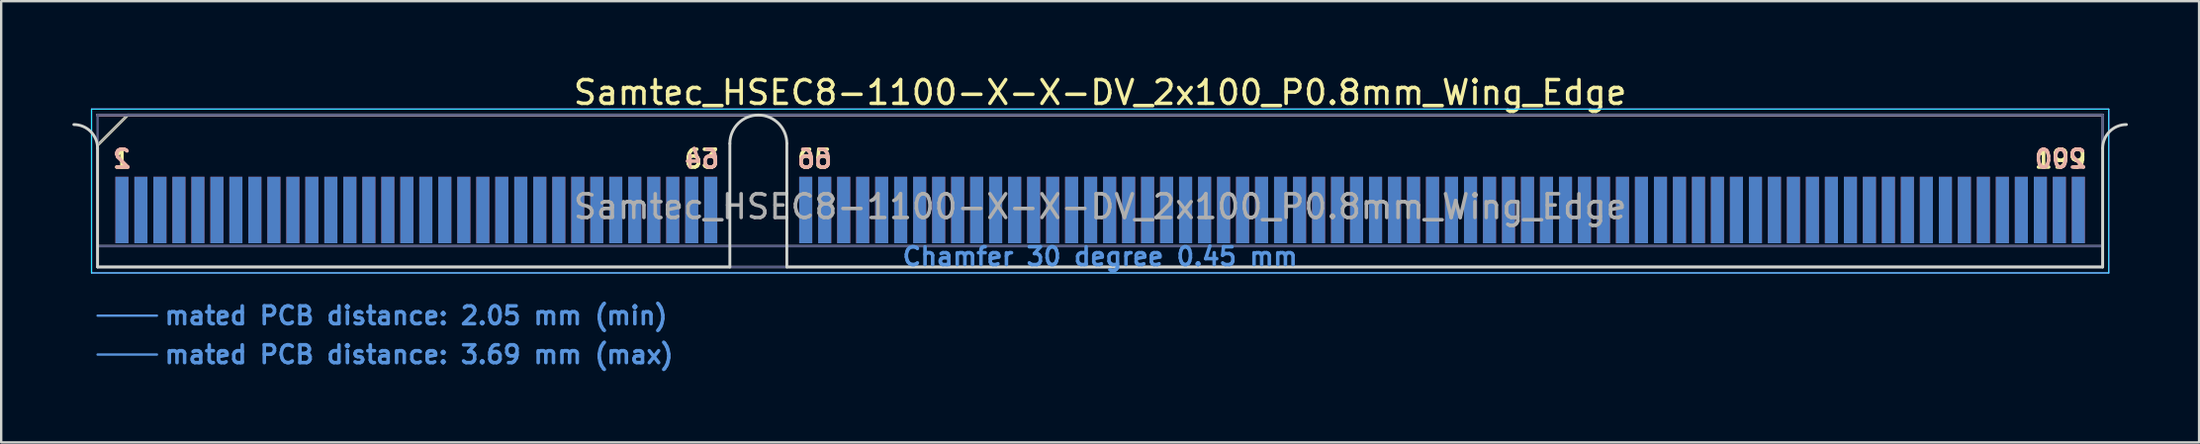
<source format=kicad_pcb>
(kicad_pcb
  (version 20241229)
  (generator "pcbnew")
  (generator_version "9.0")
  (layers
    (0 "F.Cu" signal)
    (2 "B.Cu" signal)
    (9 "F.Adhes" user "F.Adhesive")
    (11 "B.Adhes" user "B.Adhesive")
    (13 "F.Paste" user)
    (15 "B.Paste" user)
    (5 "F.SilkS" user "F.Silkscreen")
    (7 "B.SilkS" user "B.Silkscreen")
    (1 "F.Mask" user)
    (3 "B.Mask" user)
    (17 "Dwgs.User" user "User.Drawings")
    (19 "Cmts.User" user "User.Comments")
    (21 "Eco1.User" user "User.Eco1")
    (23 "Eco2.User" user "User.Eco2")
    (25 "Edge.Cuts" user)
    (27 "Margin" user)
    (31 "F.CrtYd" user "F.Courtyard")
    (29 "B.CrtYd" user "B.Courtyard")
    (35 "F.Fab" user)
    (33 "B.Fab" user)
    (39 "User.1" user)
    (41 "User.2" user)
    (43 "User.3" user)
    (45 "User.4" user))
  (footprint "Samtec_HSEC8-1100-X-X-DV_2x100_P0.8mm_Wing_Edge"
    (layer "F.Cu")
    (at 43.285 8.198)
    (property "Reference" "Samtec_HSEC8-1100-X-X-DV_2x100_P0.8mm_Wing_Edge" (at 0 -7.35 0) (layer "F.SilkS") (effects (font (size 1 1) (thickness 0.15))))
    (attr exclude_from_pos_files exclude_from_bom)
    (fp_line (start -42.225 -5.13) (end -40.955 -6.4) (stroke (width 0.12) (type solid)) (layer "F.SilkS"))
    (fp_line (start -40.955 -6.4) (end 42.225 -6.4) (stroke (width 0.12) (type solid)) (layer "F.SilkS"))
    (fp_line (start -42.225 -6.4) (end -42.225 -6.4) (stroke (width 0.12) (type solid)) (layer "B.SilkS"))
    (fp_line (start -42.225 -6.4) (end 42.225 -6.4) (stroke (width 0.12) (type solid)) (layer "B.SilkS"))
    (fp_line (start -42.225 2.05) (end -39.725 2.05) (stroke (width 0.1) (type solid)) (layer "Cmts.User"))
    (fp_line (start -42.225 3.69) (end -39.725 3.69) (stroke (width 0.1) (type solid)) (layer "Cmts.User"))
    (fp_line (start -42.225 -5) (end -42.225 0) (stroke (width 0.12) (type solid)) (layer "Edge.Cuts"))
    (fp_line (start -42.225 0) (end -15.595 0) (stroke (width 0.12) (type solid)) (layer "Edge.Cuts"))
    (fp_line (start -15.595 0) (end -15.595 -5.2) (stroke (width 0.12) (type solid)) (layer "Edge.Cuts"))
    (fp_line (start -13.195 -5.2) (end -13.195 0) (stroke (width 0.12) (type solid)) (layer "Edge.Cuts"))
    (fp_line (start -13.195 0) (end 42.225 0) (stroke (width 0.12) (type solid)) (layer "Edge.Cuts"))
    (fp_line (start 42.225 0) (end 42.225 -5) (stroke (width 0.12) (type solid)) (layer "Edge.Cuts"))
    (fp_arc (start -43.225 -6) (mid -42.517893 -5.707107) (end -42.225 -5) (stroke (width 0.12) (type solid)) (layer "Edge.Cuts"))
    (fp_arc (start -15.595 -5.2) (mid -14.395 -6.4) (end -13.195 -5.2) (stroke (width 0.12) (type solid)) (layer "Edge.Cuts"))
    (fp_arc (start 42.225 -5) (mid 42.517893 -5.707107) (end 43.225 -6) (stroke (width 0.12) (type solid)) (layer "Edge.Cuts"))
    (fp_line (start -42.48 -6.65) (end -42.48 0.25) (stroke (width 0.05) (type solid)) (layer "B.CrtYd"))
    (fp_line (start -42.48 0.25) (end 42.48 0.25) (stroke (width 0.05) (type solid)) (layer "B.CrtYd"))
    (fp_line (start 42.48 -6.65) (end -42.48 -6.65) (stroke (width 0.05) (type solid)) (layer "B.CrtYd"))
    (fp_line (start 42.48 0.25) (end 42.48 -6.65) (stroke (width 0.05) (type solid)) (layer "B.CrtYd"))
    (fp_line (start -42.48 -6.65) (end -42.48 0.25) (stroke (width 0.05) (type solid)) (layer "F.CrtYd"))
    (fp_line (start -42.48 0.25) (end 42.48 0.25) (stroke (width 0.05) (type solid)) (layer "F.CrtYd"))
    (fp_line (start 42.48 -6.65) (end -42.48 -6.65) (stroke (width 0.05) (type solid)) (layer "F.CrtYd"))
    (fp_line (start 42.48 0.25) (end 42.48 -6.65) (stroke (width 0.05) (type solid)) (layer "F.CrtYd"))
    (fp_line (start -42.225 -6.4) (end -42.225 -6.4) (stroke (width 0.1) (type solid)) (layer "B.Fab"))
    (fp_line (start -42.225 -6.4) (end -42.225 0) (stroke (width 0.1) (type solid)) (layer "B.Fab"))
    (fp_line (start -42.225 -6.4) (end 42.225 -6.4) (stroke (width 0.1) (type solid)) (layer "B.Fab"))
    (fp_line (start -42.225 -0.88) (end 42.225 -0.88) (stroke (width 0.1) (type solid)) (layer "B.Fab"))
    (fp_line (start -42.225 0) (end 42.225 0) (stroke (width 0.1) (type solid)) (layer "B.Fab"))
    (fp_line (start 42.225 -6.4) (end 42.225 0) (stroke (width 0.1) (type solid)) (layer "B.Fab"))
    (fp_line (start -42.225 -5.13) (end -42.225 0) (stroke (width 0.1) (type solid)) (layer "F.Fab"))
    (fp_line (start -42.225 -5.13) (end -40.955 -6.4) (stroke (width 0.1) (type solid)) (layer "F.Fab"))
    (fp_line (start -42.225 -0.88) (end 42.225 -0.88) (stroke (width 0.1) (type solid)) (layer "F.Fab"))
    (fp_line (start -42.225 0) (end 42.225 0) (stroke (width 0.1) (type solid)) (layer "F.Fab"))
    (fp_line (start -40.955 -6.4) (end 42.225 -6.4) (stroke (width 0.1) (type solid)) (layer "F.Fab"))
    (fp_line (start 42.225 -6.4) (end 42.225 0) (stroke (width 0.1) (type solid)) (layer "F.Fab"))
    (fp_text user "199" (at 40.45 -4.55 0) (layer "F.SilkS") (effects (font (size 0.75 0.75) (thickness 0.15))))
    (fp_text user "1" (at -41.2 -4.55 0) (layer "F.SilkS") (effects (font (size 0.75 0.75) (thickness 0.15))))
    (fp_text user "63" (at -16.775 -4.55 0) (layer "F.SilkS") (effects (font (size 0.75 0.75) (thickness 0.15))))
    (fp_text user "65" (at -12.025 -4.55 0) (layer "F.SilkS") (effects (font (size 0.75 0.75) (thickness 0.15))))
    (fp_text user "200" (at 40.45 -4.55 0) (layer "B.SilkS") (effects (font (size 0.75 0.75) (thickness 0.15)) (justify mirror)))
    (fp_text user "64" (at -16.775 -4.55 0) (layer "B.SilkS") (effects (font (size 0.75 0.75) (thickness 0.15)) (justify mirror)))
    (fp_text user "2" (at -41.2 -4.55 0) (layer "B.SilkS") (effects (font (size 0.75 0.75) (thickness 0.15)) (justify mirror)))
    (fp_text user "66" (at -12.025 -4.55 0) (layer "B.SilkS") (effects (font (size 0.75 0.75) (thickness 0.15)) (justify mirror)))
    (fp_text user "mated PCB distance: 3.69 mm (max)" (at -39.48 3.69 0) (layer "Cmts.User") (effects (font (size 0.75 0.75) (thickness 0.15)) (justify left)))
    (fp_text user "Chamfer 30 degree 0.45 mm" (at 0 -0.44 0) (layer "Cmts.User") (effects (font (size 0.75 0.75) (thickness 0.15))))
    (fp_text user "mated PCB distance: 2.05 mm (min)" (at -39.48 2.05 0) (layer "Cmts.User") (effects (font (size 0.75 0.75) (thickness 0.15)) (justify left)))
    (fp_text user "${REFERENCE}" (at 0 -2.54 0) (layer "F.Fab") (effects (font (size 1 1) (thickness 0.15))))
    (pad "1" connect rect (at -41.2 -2.4) (size 0.55 2.8) (layers "F.Cu" "F.Mask"))
    (pad "2" connect rect (at -41.2 -2.4) (size 0.55 2.8) (layers "B.Cu" "B.Mask"))
    (pad "3" connect rect (at -40.4 -2.4) (size 0.55 2.8) (layers "F.Cu" "F.Mask"))
    (pad "4" connect rect (at -40.4 -2.4) (size 0.55 2.8) (layers "B.Cu" "B.Mask"))
    (pad "5" connect rect (at -39.6 -2.4) (size 0.55 2.8) (layers "F.Cu" "F.Mask"))
    (pad "6" connect rect (at -39.6 -2.4) (size 0.55 2.8) (layers "B.Cu" "B.Mask"))
    (pad "7" connect rect (at -38.8 -2.4) (size 0.55 2.8) (layers "F.Cu" "F.Mask"))
    (pad "8" connect rect (at -38.8 -2.4) (size 0.55 2.8) (layers "B.Cu" "B.Mask"))
    (pad "9" connect rect (at -38 -2.4) (size 0.55 2.8) (layers "F.Cu" "F.Mask"))
    (pad "10" connect rect (at -38 -2.4) (size 0.55 2.8) (layers "B.Cu" "B.Mask"))
    (pad "11" connect rect (at -37.2 -2.4) (size 0.55 2.8) (layers "F.Cu" "F.Mask"))
    (pad "12" connect rect (at -37.2 -2.4) (size 0.55 2.8) (layers "B.Cu" "B.Mask"))
    (pad "13" connect rect (at -36.4 -2.4) (size 0.55 2.8) (layers "F.Cu" "F.Mask"))
    (pad "14" connect rect (at -36.4 -2.4) (size 0.55 2.8) (layers "B.Cu" "B.Mask"))
    (pad "15" connect rect (at -35.6 -2.4) (size 0.55 2.8) (layers "F.Cu" "F.Mask"))
    (pad "16" connect rect (at -35.6 -2.4) (size 0.55 2.8) (layers "B.Cu" "B.Mask"))
    (pad "17" connect rect (at -34.8 -2.4) (size 0.55 2.8) (layers "F.Cu" "F.Mask"))
    (pad "18" connect rect (at -34.8 -2.4) (size 0.55 2.8) (layers "B.Cu" "B.Mask"))
    (pad "19" connect rect (at -34 -2.4) (size 0.55 2.8) (layers "F.Cu" "F.Mask"))
    (pad "20" connect rect (at -34 -2.4) (size 0.55 2.8) (layers "B.Cu" "B.Mask"))
    (pad "21" connect rect (at -33.2 -2.4) (size 0.55 2.8) (layers "F.Cu" "F.Mask"))
    (pad "22" connect rect (at -33.2 -2.4) (size 0.55 2.8) (layers "B.Cu" "B.Mask"))
    (pad "23" connect rect (at -32.4 -2.4) (size 0.55 2.8) (layers "F.Cu" "F.Mask"))
    (pad "24" connect rect (at -32.4 -2.4) (size 0.55 2.8) (layers "B.Cu" "B.Mask"))
    (pad "25" connect rect (at -31.6 -2.4) (size 0.55 2.8) (layers "F.Cu" "F.Mask"))
    (pad "26" connect rect (at -31.6 -2.4) (size 0.55 2.8) (layers "B.Cu" "B.Mask"))
    (pad "27" connect rect (at -30.8 -2.4) (size 0.55 2.8) (layers "F.Cu" "F.Mask"))
    (pad "28" connect rect (at -30.8 -2.4) (size 0.55 2.8) (layers "B.Cu" "B.Mask"))
    (pad "29" connect rect (at -30 -2.4) (size 0.55 2.8) (layers "F.Cu" "F.Mask"))
    (pad "30" connect rect (at -30 -2.4) (size 0.55 2.8) (layers "B.Cu" "B.Mask"))
    (pad "31" connect rect (at -29.2 -2.4) (size 0.55 2.8) (layers "F.Cu" "F.Mask"))
    (pad "32" connect rect (at -29.2 -2.4) (size 0.55 2.8) (layers "B.Cu" "B.Mask"))
    (pad "33" connect rect (at -28.4 -2.4) (size 0.55 2.8) (layers "F.Cu" "F.Mask"))
    (pad "34" connect rect (at -28.4 -2.4) (size 0.55 2.8) (layers "B.Cu" "B.Mask"))
    (pad "35" connect rect (at -27.6 -2.4) (size 0.55 2.8) (layers "F.Cu" "F.Mask"))
    (pad "36" connect rect (at -27.6 -2.4) (size 0.55 2.8) (layers "B.Cu" "B.Mask"))
    (pad "37" connect rect (at -26.8 -2.4) (size 0.55 2.8) (layers "F.Cu" "F.Mask"))
    (pad "38" connect rect (at -26.8 -2.4) (size 0.55 2.8) (layers "B.Cu" "B.Mask"))
    (pad "39" connect rect (at -26 -2.4) (size 0.55 2.8) (layers "F.Cu" "F.Mask"))
    (pad "40" connect rect (at -26 -2.4) (size 0.55 2.8) (layers "B.Cu" "B.Mask"))
    (pad "41" connect rect (at -25.2 -2.4) (size 0.55 2.8) (layers "F.Cu" "F.Mask"))
    (pad "42" connect rect (at -25.2 -2.4) (size 0.55 2.8) (layers "B.Cu" "B.Mask"))
    (pad "43" connect rect (at -24.4 -2.4) (size 0.55 2.8) (layers "F.Cu" "F.Mask"))
    (pad "44" connect rect (at -24.4 -2.4) (size 0.55 2.8) (layers "B.Cu" "B.Mask"))
    (pad "45" connect rect (at -23.6 -2.4) (size 0.55 2.8) (layers "F.Cu" "F.Mask"))
    (pad "46" connect rect (at -23.6 -2.4) (size 0.55 2.8) (layers "B.Cu" "B.Mask"))
    (pad "47" connect rect (at -22.8 -2.4) (size 0.55 2.8) (layers "F.Cu" "F.Mask"))
    (pad "48" connect rect (at -22.8 -2.4) (size 0.55 2.8) (layers "B.Cu" "B.Mask"))
    (pad "49" connect rect (at -22 -2.4) (size 0.55 2.8) (layers "F.Cu" "F.Mask"))
    (pad "50" connect rect (at -22 -2.4) (size 0.55 2.8) (layers "B.Cu" "B.Mask"))
    (pad "51" connect rect (at -21.2 -2.4) (size 0.55 2.8) (layers "F.Cu" "F.Mask"))
    (pad "52" connect rect (at -21.2 -2.4) (size 0.55 2.8) (layers "B.Cu" "B.Mask"))
    (pad "53" connect rect (at -20.4 -2.4) (size 0.55 2.8) (layers "F.Cu" "F.Mask"))
    (pad "54" connect rect (at -20.4 -2.4) (size 0.55 2.8) (layers "B.Cu" "B.Mask"))
    (pad "55" connect rect (at -19.6 -2.4) (size 0.55 2.8) (layers "F.Cu" "F.Mask"))
    (pad "56" connect rect (at -19.6 -2.4) (size 0.55 2.8) (layers "B.Cu" "B.Mask"))
    (pad "57" connect rect (at -18.8 -2.4) (size 0.55 2.8) (layers "F.Cu" "F.Mask"))
    (pad "58" connect rect (at -18.8 -2.4) (size 0.55 2.8) (layers "B.Cu" "B.Mask"))
    (pad "59" connect rect (at -18 -2.4) (size 0.55 2.8) (layers "F.Cu" "F.Mask"))
    (pad "60" connect rect (at -18 -2.4) (size 0.55 2.8) (layers "B.Cu" "B.Mask"))
    (pad "61" connect rect (at -17.2 -2.4) (size 0.55 2.8) (layers "F.Cu" "F.Mask"))
    (pad "62" connect rect (at -17.2 -2.4) (size 0.55 2.8) (layers "B.Cu" "B.Mask"))
    (pad "63" connect rect (at -16.4 -2.4) (size 0.55 2.8) (layers "F.Cu" "F.Mask"))
    (pad "64" connect rect (at -16.4 -2.4) (size 0.55 2.8) (layers "B.Cu" "B.Mask"))
    (pad "65" connect rect (at -12.4 -2.4) (size 0.55 2.8) (layers "F.Cu" "F.Mask"))
    (pad "66" connect rect (at -12.4 -2.4) (size 0.55 2.8) (layers "B.Cu" "B.Mask"))
    (pad "67" connect rect (at -11.6 -2.4) (size 0.55 2.8) (layers "F.Cu" "F.Mask"))
    (pad "68" connect rect (at -11.6 -2.4) (size 0.55 2.8) (layers "B.Cu" "B.Mask"))
    (pad "69" connect rect (at -10.8 -2.4) (size 0.55 2.8) (layers "F.Cu" "F.Mask"))
    (pad "70" connect rect (at -10.8 -2.4) (size 0.55 2.8) (layers "B.Cu" "B.Mask"))
    (pad "71" connect rect (at -10 -2.4) (size 0.55 2.8) (layers "F.Cu" "F.Mask"))
    (pad "72" connect rect (at -10 -2.4) (size 0.55 2.8) (layers "B.Cu" "B.Mask"))
    (pad "73" connect rect (at -9.2 -2.4) (size 0.55 2.8) (layers "F.Cu" "F.Mask"))
    (pad "74" connect rect (at -9.2 -2.4) (size 0.55 2.8) (layers "B.Cu" "B.Mask"))
    (pad "75" connect rect (at -8.4 -2.4) (size 0.55 2.8) (layers "F.Cu" "F.Mask"))
    (pad "76" connect rect (at -8.4 -2.4) (size 0.55 2.8) (layers "B.Cu" "B.Mask"))
    (pad "77" connect rect (at -7.6 -2.4) (size 0.55 2.8) (layers "F.Cu" "F.Mask"))
    (pad "78" connect rect (at -7.6 -2.4) (size 0.55 2.8) (layers "B.Cu" "B.Mask"))
    (pad "79" connect rect (at -6.8 -2.4) (size 0.55 2.8) (layers "F.Cu" "F.Mask"))
    (pad "80" connect rect (at -6.8 -2.4) (size 0.55 2.8) (layers "B.Cu" "B.Mask"))
    (pad "81" connect rect (at -6 -2.4) (size 0.55 2.8) (layers "F.Cu" "F.Mask"))
    (pad "82" connect rect (at -6 -2.4) (size 0.55 2.8) (layers "B.Cu" "B.Mask"))
    (pad "83" connect rect (at -5.2 -2.4) (size 0.55 2.8) (layers "F.Cu" "F.Mask"))
    (pad "84" connect rect (at -5.2 -2.4) (size 0.55 2.8) (layers "B.Cu" "B.Mask"))
    (pad "85" connect rect (at -4.4 -2.4) (size 0.55 2.8) (layers "F.Cu" "F.Mask"))
    (pad "86" connect rect (at -4.4 -2.4) (size 0.55 2.8) (layers "B.Cu" "B.Mask"))
    (pad "87" connect rect (at -3.6 -2.4) (size 0.55 2.8) (layers "F.Cu" "F.Mask"))
    (pad "88" connect rect (at -3.6 -2.4) (size 0.55 2.8) (layers "B.Cu" "B.Mask"))
    (pad "89" connect rect (at -2.8 -2.4) (size 0.55 2.8) (layers "F.Cu" "F.Mask"))
    (pad "90" connect rect (at -2.8 -2.4) (size 0.55 2.8) (layers "B.Cu" "B.Mask"))
    (pad "91" connect rect (at -2 -2.4) (size 0.55 2.8) (layers "F.Cu" "F.Mask"))
    (pad "92" connect rect (at -2 -2.4) (size 0.55 2.8) (layers "B.Cu" "B.Mask"))
    (pad "93" connect rect (at -1.2 -2.4) (size 0.55 2.8) (layers "F.Cu" "F.Mask"))
    (pad "94" connect rect (at -1.2 -2.4) (size 0.55 2.8) (layers "B.Cu" "B.Mask"))
    (pad "95" connect rect (at -0.4 -2.4) (size 0.55 2.8) (layers "F.Cu" "F.Mask"))
    (pad "96" connect rect (at -0.4 -2.4) (size 0.55 2.8) (layers "B.Cu" "B.Mask"))
    (pad "97" connect rect (at 0.4 -2.4) (size 0.55 2.8) (layers "F.Cu" "F.Mask"))
    (pad "98" connect rect (at 0.4 -2.4) (size 0.55 2.8) (layers "B.Cu" "B.Mask"))
    (pad "99" connect rect (at 1.2 -2.4) (size 0.55 2.8) (layers "F.Cu" "F.Mask"))
    (pad "100" connect rect (at 1.2 -2.4) (size 0.55 2.8) (layers "B.Cu" "B.Mask"))
    (pad "101" connect rect (at 2 -2.4) (size 0.55 2.8) (layers "F.Cu" "F.Mask"))
    (pad "102" connect rect (at 2 -2.4) (size 0.55 2.8) (layers "B.Cu" "B.Mask"))
    (pad "103" connect rect (at 2.8 -2.4) (size 0.55 2.8) (layers "F.Cu" "F.Mask"))
    (pad "104" connect rect (at 2.8 -2.4) (size 0.55 2.8) (layers "B.Cu" "B.Mask"))
    (pad "105" connect rect (at 3.6 -2.4) (size 0.55 2.8) (layers "F.Cu" "F.Mask"))
    (pad "106" connect rect (at 3.6 -2.4) (size 0.55 2.8) (layers "B.Cu" "B.Mask"))
    (pad "107" connect rect (at 4.4 -2.4) (size 0.55 2.8) (layers "F.Cu" "F.Mask"))
    (pad "108" connect rect (at 4.4 -2.4) (size 0.55 2.8) (layers "B.Cu" "B.Mask"))
    (pad "109" connect rect (at 5.2 -2.4) (size 0.55 2.8) (layers "F.Cu" "F.Mask"))
    (pad "110" connect rect (at 5.2 -2.4) (size 0.55 2.8) (layers "B.Cu" "B.Mask"))
    (pad "111" connect rect (at 6 -2.4) (size 0.55 2.8) (layers "F.Cu" "F.Mask"))
    (pad "112" connect rect (at 6 -2.4) (size 0.55 2.8) (layers "B.Cu" "B.Mask"))
    (pad "113" connect rect (at 6.8 -2.4) (size 0.55 2.8) (layers "F.Cu" "F.Mask"))
    (pad "114" connect rect (at 6.8 -2.4) (size 0.55 2.8) (layers "B.Cu" "B.Mask"))
    (pad "115" connect rect (at 7.6 -2.4) (size 0.55 2.8) (layers "F.Cu" "F.Mask"))
    (pad "116" connect rect (at 7.6 -2.4) (size 0.55 2.8) (layers "B.Cu" "B.Mask"))
    (pad "117" connect rect (at 8.4 -2.4) (size 0.55 2.8) (layers "F.Cu" "F.Mask"))
    (pad "118" connect rect (at 8.4 -2.4) (size 0.55 2.8) (layers "B.Cu" "B.Mask"))
    (pad "119" connect rect (at 9.2 -2.4) (size 0.55 2.8) (layers "F.Cu" "F.Mask"))
    (pad "120" connect rect (at 9.2 -2.4) (size 0.55 2.8) (layers "B.Cu" "B.Mask"))
    (pad "121" connect rect (at 10 -2.4) (size 0.55 2.8) (layers "F.Cu" "F.Mask"))
    (pad "122" connect rect (at 10 -2.4) (size 0.55 2.8) (layers "B.Cu" "B.Mask"))
    (pad "123" connect rect (at 10.8 -2.4) (size 0.55 2.8) (layers "F.Cu" "F.Mask"))
    (pad "124" connect rect (at 10.8 -2.4) (size 0.55 2.8) (layers "B.Cu" "B.Mask"))
    (pad "125" connect rect (at 11.6 -2.4) (size 0.55 2.8) (layers "F.Cu" "F.Mask"))
    (pad "126" connect rect (at 11.6 -2.4) (size 0.55 2.8) (layers "B.Cu" "B.Mask"))
    (pad "127" connect rect (at 12.4 -2.4) (size 0.55 2.8) (layers "F.Cu" "F.Mask"))
    (pad "128" connect rect (at 12.4 -2.4) (size 0.55 2.8) (layers "B.Cu" "B.Mask"))
    (pad "129" connect rect (at 13.2 -2.4) (size 0.55 2.8) (layers "F.Cu" "F.Mask"))
    (pad "130" connect rect (at 13.2 -2.4) (size 0.55 2.8) (layers "B.Cu" "B.Mask"))
    (pad "131" connect rect (at 14 -2.4) (size 0.55 2.8) (layers "F.Cu" "F.Mask"))
    (pad "132" connect rect (at 14 -2.4) (size 0.55 2.8) (layers "B.Cu" "B.Mask"))
    (pad "133" connect rect (at 14.8 -2.4) (size 0.55 2.8) (layers "F.Cu" "F.Mask"))
    (pad "134" connect rect (at 14.8 -2.4) (size 0.55 2.8) (layers "B.Cu" "B.Mask"))
    (pad "135" connect rect (at 15.6 -2.4) (size 0.55 2.8) (layers "F.Cu" "F.Mask"))
    (pad "136" connect rect (at 15.6 -2.4) (size 0.55 2.8) (layers "B.Cu" "B.Mask"))
    (pad "137" connect rect (at 16.4 -2.4) (size 0.55 2.8) (layers "F.Cu" "F.Mask"))
    (pad "138" connect rect (at 16.4 -2.4) (size 0.55 2.8) (layers "B.Cu" "B.Mask"))
    (pad "139" connect rect (at 17.2 -2.4) (size 0.55 2.8) (layers "F.Cu" "F.Mask"))
    (pad "140" connect rect (at 17.2 -2.4) (size 0.55 2.8) (layers "B.Cu" "B.Mask"))
    (pad "141" connect rect (at 18 -2.4) (size 0.55 2.8) (layers "F.Cu" "F.Mask"))
    (pad "142" connect rect (at 18 -2.4) (size 0.55 2.8) (layers "B.Cu" "B.Mask"))
    (pad "143" connect rect (at 18.8 -2.4) (size 0.55 2.8) (layers "F.Cu" "F.Mask"))
    (pad "144" connect rect (at 18.8 -2.4) (size 0.55 2.8) (layers "B.Cu" "B.Mask"))
    (pad "145" connect rect (at 19.6 -2.4) (size 0.55 2.8) (layers "F.Cu" "F.Mask"))
    (pad "146" connect rect (at 19.6 -2.4) (size 0.55 2.8) (layers "B.Cu" "B.Mask"))
    (pad "147" connect rect (at 20.4 -2.4) (size 0.55 2.8) (layers "F.Cu" "F.Mask"))
    (pad "148" connect rect (at 20.4 -2.4) (size 0.55 2.8) (layers "B.Cu" "B.Mask"))
    (pad "149" connect rect (at 21.2 -2.4) (size 0.55 2.8) (layers "F.Cu" "F.Mask"))
    (pad "150" connect rect (at 21.2 -2.4) (size 0.55 2.8) (layers "B.Cu" "B.Mask"))
    (pad "151" connect rect (at 22 -2.4) (size 0.55 2.8) (layers "F.Cu" "F.Mask"))
    (pad "152" connect rect (at 22 -2.4) (size 0.55 2.8) (layers "B.Cu" "B.Mask"))
    (pad "153" connect rect (at 22.8 -2.4) (size 0.55 2.8) (layers "F.Cu" "F.Mask"))
    (pad "154" connect rect (at 22.8 -2.4) (size 0.55 2.8) (layers "B.Cu" "B.Mask"))
    (pad "155" connect rect (at 23.6 -2.4) (size 0.55 2.8) (layers "F.Cu" "F.Mask"))
    (pad "156" connect rect (at 23.6 -2.4) (size 0.55 2.8) (layers "B.Cu" "B.Mask"))
    (pad "157" connect rect (at 24.4 -2.4) (size 0.55 2.8) (layers "F.Cu" "F.Mask"))
    (pad "158" connect rect (at 24.4 -2.4) (size 0.55 2.8) (layers "B.Cu" "B.Mask"))
    (pad "159" connect rect (at 25.2 -2.4) (size 0.55 2.8) (layers "F.Cu" "F.Mask"))
    (pad "160" connect rect (at 25.2 -2.4) (size 0.55 2.8) (layers "B.Cu" "B.Mask"))
    (pad "161" connect rect (at 26 -2.4) (size 0.55 2.8) (layers "F.Cu" "F.Mask"))
    (pad "162" connect rect (at 26 -2.4) (size 0.55 2.8) (layers "B.Cu" "B.Mask"))
    (pad "163" connect rect (at 26.8 -2.4) (size 0.55 2.8) (layers "F.Cu" "F.Mask"))
    (pad "164" connect rect (at 26.8 -2.4) (size 0.55 2.8) (layers "B.Cu" "B.Mask"))
    (pad "165" connect rect (at 27.6 -2.4) (size 0.55 2.8) (layers "F.Cu" "F.Mask"))
    (pad "166" connect rect (at 27.6 -2.4) (size 0.55 2.8) (layers "B.Cu" "B.Mask"))
    (pad "167" connect rect (at 28.4 -2.4) (size 0.55 2.8) (layers "F.Cu" "F.Mask"))
    (pad "168" connect rect (at 28.4 -2.4) (size 0.55 2.8) (layers "B.Cu" "B.Mask"))
    (pad "169" connect rect (at 29.2 -2.4) (size 0.55 2.8) (layers "F.Cu" "F.Mask"))
    (pad "170" connect rect (at 29.2 -2.4) (size 0.55 2.8) (layers "B.Cu" "B.Mask"))
    (pad "171" connect rect (at 30 -2.4) (size 0.55 2.8) (layers "F.Cu" "F.Mask"))
    (pad "172" connect rect (at 30 -2.4) (size 0.55 2.8) (layers "B.Cu" "B.Mask"))
    (pad "173" connect rect (at 30.8 -2.4) (size 0.55 2.8) (layers "F.Cu" "F.Mask"))
    (pad "174" connect rect (at 30.8 -2.4) (size 0.55 2.8) (layers "B.Cu" "B.Mask"))
    (pad "175" connect rect (at 31.6 -2.4) (size 0.55 2.8) (layers "F.Cu" "F.Mask"))
    (pad "176" connect rect (at 31.6 -2.4) (size 0.55 2.8) (layers "B.Cu" "B.Mask"))
    (pad "177" connect rect (at 32.4 -2.4) (size 0.55 2.8) (layers "F.Cu" "F.Mask"))
    (pad "178" connect rect (at 32.4 -2.4) (size 0.55 2.8) (layers "B.Cu" "B.Mask"))
    (pad "179" connect rect (at 33.2 -2.4) (size 0.55 2.8) (layers "F.Cu" "F.Mask"))
    (pad "180" connect rect (at 33.2 -2.4) (size 0.55 2.8) (layers "B.Cu" "B.Mask"))
    (pad "181" connect rect (at 34 -2.4) (size 0.55 2.8) (layers "F.Cu" "F.Mask"))
    (pad "182" connect rect (at 34 -2.4) (size 0.55 2.8) (layers "B.Cu" "B.Mask"))
    (pad "183" connect rect (at 34.8 -2.4) (size 0.55 2.8) (layers "F.Cu" "F.Mask"))
    (pad "184" connect rect (at 34.8 -2.4) (size 0.55 2.8) (layers "B.Cu" "B.Mask"))
    (pad "185" connect rect (at 35.6 -2.4) (size 0.55 2.8) (layers "F.Cu" "F.Mask"))
    (pad "186" connect rect (at 35.6 -2.4) (size 0.55 2.8) (layers "B.Cu" "B.Mask"))
    (pad "187" connect rect (at 36.4 -2.4) (size 0.55 2.8) (layers "F.Cu" "F.Mask"))
    (pad "188" connect rect (at 36.4 -2.4) (size 0.55 2.8) (layers "B.Cu" "B.Mask"))
    (pad "189" connect rect (at 37.2 -2.4) (size 0.55 2.8) (layers "F.Cu" "F.Mask"))
    (pad "190" connect rect (at 37.2 -2.4) (size 0.55 2.8) (layers "B.Cu" "B.Mask"))
    (pad "191" connect rect (at 38 -2.4) (size 0.55 2.8) (layers "F.Cu" "F.Mask"))
    (pad "192" connect rect (at 38 -2.4) (size 0.55 2.8) (layers "B.Cu" "B.Mask"))
    (pad "193" connect rect (at 38.8 -2.4) (size 0.55 2.8) (layers "F.Cu" "F.Mask"))
    (pad "194" connect rect (at 38.8 -2.4) (size 0.55 2.8) (layers "B.Cu" "B.Mask"))
    (pad "195" connect rect (at 39.6 -2.4) (size 0.55 2.8) (layers "F.Cu" "F.Mask"))
    (pad "196" connect rect (at 39.6 -2.4) (size 0.55 2.8) (layers "B.Cu" "B.Mask"))
    (pad "197" connect rect (at 40.4 -2.4) (size 0.55 2.8) (layers "F.Cu" "F.Mask"))
    (pad "198" connect rect (at 40.4 -2.4) (size 0.55 2.8) (layers "B.Cu" "B.Mask"))
    (pad "199" connect rect (at 41.2 -2.4) (size 0.55 2.8) (layers "F.Cu" "F.Mask"))
    (pad "200" connect rect (at 41.2 -2.4) (size 0.55 2.8) (layers "B.Cu" "B.Mask")))
  (gr_rect
    (start -3 -3)
    (end 89.57 15.59)
    (stroke (width 0.1) (type default))
    (fill no)
    (layer "Edge.Cuts")))
</source>
